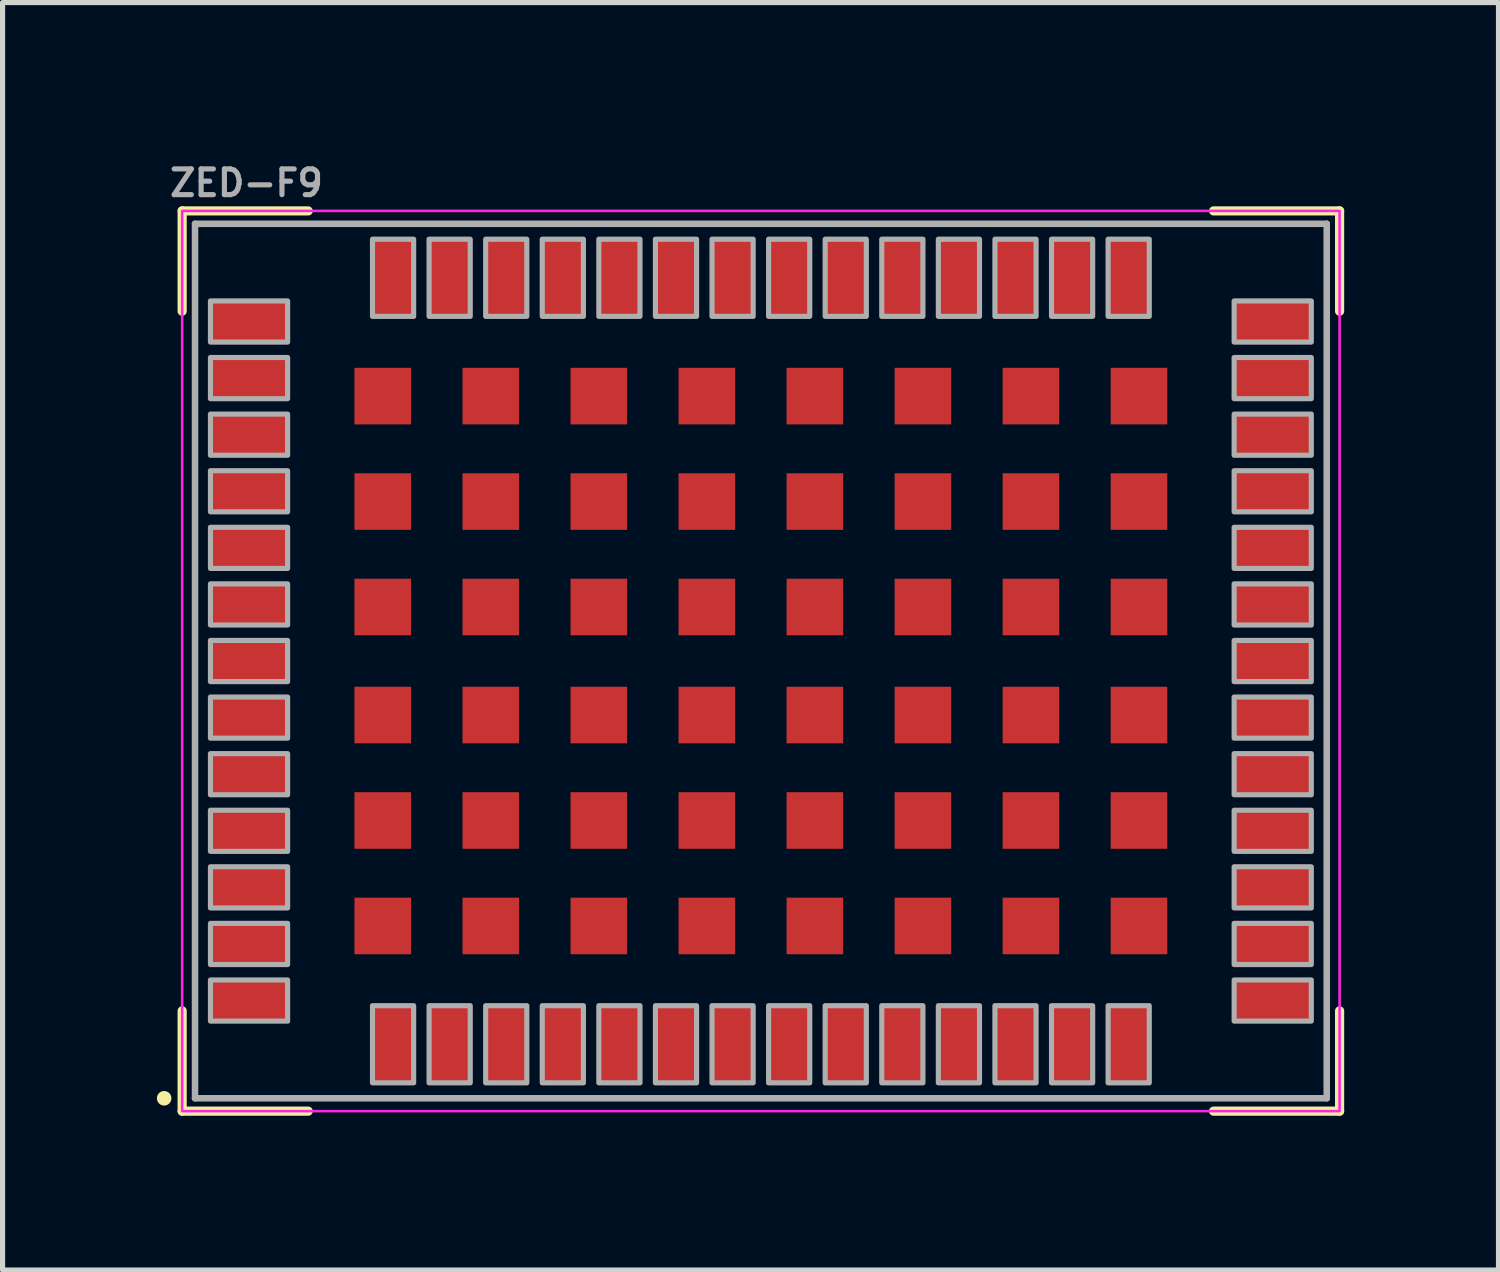
<source format=kicad_pcb>
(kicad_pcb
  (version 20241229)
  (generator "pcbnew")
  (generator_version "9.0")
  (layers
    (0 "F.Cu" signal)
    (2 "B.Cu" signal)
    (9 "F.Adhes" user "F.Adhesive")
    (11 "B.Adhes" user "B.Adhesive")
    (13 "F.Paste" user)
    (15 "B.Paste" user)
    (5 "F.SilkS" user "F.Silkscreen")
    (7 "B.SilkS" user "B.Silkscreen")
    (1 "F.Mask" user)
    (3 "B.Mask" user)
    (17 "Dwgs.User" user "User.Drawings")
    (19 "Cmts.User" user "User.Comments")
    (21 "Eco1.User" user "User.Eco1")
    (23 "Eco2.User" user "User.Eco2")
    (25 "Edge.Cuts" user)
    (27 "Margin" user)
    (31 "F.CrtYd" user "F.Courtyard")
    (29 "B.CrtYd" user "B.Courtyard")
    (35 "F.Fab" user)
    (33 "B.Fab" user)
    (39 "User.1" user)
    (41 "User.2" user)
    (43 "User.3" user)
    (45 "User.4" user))
  (footprint "ZED-F9"
    (layer "F.Cu")
    (at 11.741 9.8)
    (property "Reference" "ZED-F9" (at -10 -9 0) (layer "F.Fab") (effects (font (size 0.5 0.5) (thickness 0.1) (bold yes)) (justify bottom)))
    (attr smd)
    (fp_line (start -11.25 -8.75) (end -8.8 -8.75) (stroke (width 0.178) (type solid)) (layer "F.SilkS"))
    (fp_line (start -11.25 -6.8) (end -11.25 -8.75) (stroke (width 0.178) (type solid)) (layer "F.SilkS"))
    (fp_line (start -11.25 8.75) (end -11.25 6.8) (stroke (width 0.178) (type solid)) (layer "F.SilkS"))
    (fp_line (start -8.8 8.75) (end -11.25 8.75) (stroke (width 0.178) (type solid)) (layer "F.SilkS"))
    (fp_line (start 8.8 -8.75) (end 11.25 -8.75) (stroke (width 0.178) (type solid)) (layer "F.SilkS"))
    (fp_line (start 11.25 -8.75) (end 11.25 -6.8) (stroke (width 0.178) (type solid)) (layer "F.SilkS"))
    (fp_line (start 11.25 6.8) (end 11.25 8.75) (stroke (width 0.178) (type solid)) (layer "F.SilkS"))
    (fp_line (start 11.25 8.75) (end 8.8 8.75) (stroke (width 0.178) (type solid)) (layer "F.SilkS"))
    (fp_circle (center -11.6 8.5) (end -11.529 8.5) (stroke (width 0.141) (type solid)) (fill yes) (layer "F.SilkS"))
    (fp_poly (pts (xy -7.8 -4.7) (xy -6.9 -4.7) (xy -6.9 -5.6) (xy -7.8 -5.6)) (stroke (width 0) (type default)) (fill yes) (layer "F.Paste"))
    (fp_poly (pts (xy -7.8 -2.65) (xy -6.9 -2.65) (xy -6.9 -3.55) (xy -7.8 -3.55)) (stroke (width 0) (type default)) (fill yes) (layer "F.Paste"))
    (fp_poly (pts (xy -7.8 -0.6) (xy -6.9 -0.6) (xy -6.9 -1.5) (xy -7.8 -1.5)) (stroke (width 0) (type default)) (fill yes) (layer "F.Paste"))
    (fp_poly (pts (xy -7.8 1.5) (xy -6.9 1.5) (xy -6.9 0.6) (xy -7.8 0.6)) (stroke (width 0) (type default)) (fill yes) (layer "F.Paste"))
    (fp_poly (pts (xy -7.8 3.55) (xy -6.9 3.55) (xy -6.9 2.65) (xy -7.8 2.65)) (stroke (width 0) (type default)) (fill yes) (layer "F.Paste"))
    (fp_poly (pts (xy -7.8 5.6) (xy -6.9 5.6) (xy -6.9 4.7) (xy -7.8 4.7)) (stroke (width 0) (type default)) (fill yes) (layer "F.Paste"))
    (fp_poly (pts (xy -5.7 -4.7) (xy -4.8 -4.7) (xy -4.8 -5.6) (xy -5.7 -5.6)) (stroke (width 0) (type default)) (fill yes) (layer "F.Paste"))
    (fp_poly (pts (xy -5.7 -2.65) (xy -4.8 -2.65) (xy -4.8 -3.55) (xy -5.7 -3.55)) (stroke (width 0) (type default)) (fill yes) (layer "F.Paste"))
    (fp_poly (pts (xy -5.7 -0.6) (xy -4.8 -0.6) (xy -4.8 -1.5) (xy -5.7 -1.5)) (stroke (width 0) (type default)) (fill yes) (layer "F.Paste"))
    (fp_poly (pts (xy -5.7 1.5) (xy -4.8 1.5) (xy -4.8 0.6) (xy -5.7 0.6)) (stroke (width 0) (type default)) (fill yes) (layer "F.Paste"))
    (fp_poly (pts (xy -5.7 3.55) (xy -4.8 3.55) (xy -4.8 2.65) (xy -5.7 2.65)) (stroke (width 0) (type default)) (fill yes) (layer "F.Paste"))
    (fp_poly (pts (xy -5.7 5.6) (xy -4.8 5.6) (xy -4.8 4.7) (xy -5.7 4.7)) (stroke (width 0) (type default)) (fill yes) (layer "F.Paste"))
    (fp_poly (pts (xy -3.6 -4.7) (xy -2.7 -4.7) (xy -2.7 -5.6) (xy -3.6 -5.6)) (stroke (width 0) (type default)) (fill yes) (layer "F.Paste"))
    (fp_poly (pts (xy -3.6 -2.65) (xy -2.7 -2.65) (xy -2.7 -3.55) (xy -3.6 -3.55)) (stroke (width 0) (type default)) (fill yes) (layer "F.Paste"))
    (fp_poly (pts (xy -3.6 -0.6) (xy -2.7 -0.6) (xy -2.7 -1.5) (xy -3.6 -1.5)) (stroke (width 0) (type default)) (fill yes) (layer "F.Paste"))
    (fp_poly (pts (xy -3.6 1.5) (xy -2.7 1.5) (xy -2.7 0.6) (xy -3.6 0.6)) (stroke (width 0) (type default)) (fill yes) (layer "F.Paste"))
    (fp_poly (pts (xy -3.6 3.55) (xy -2.7 3.55) (xy -2.7 2.65) (xy -3.6 2.65)) (stroke (width 0) (type default)) (fill yes) (layer "F.Paste"))
    (fp_poly (pts (xy -3.6 5.6) (xy -2.7 5.6) (xy -2.7 4.7) (xy -3.6 4.7)) (stroke (width 0) (type default)) (fill yes) (layer "F.Paste"))
    (fp_poly (pts (xy -1.5 -4.7) (xy -0.6 -4.7) (xy -0.6 -5.6) (xy -1.5 -5.6)) (stroke (width 0) (type default)) (fill yes) (layer "F.Paste"))
    (fp_poly (pts (xy -1.5 -2.65) (xy -0.6 -2.65) (xy -0.6 -3.55) (xy -1.5 -3.55)) (stroke (width 0) (type default)) (fill yes) (layer "F.Paste"))
    (fp_poly (pts (xy -1.5 -0.6) (xy -0.6 -0.6) (xy -0.6 -1.5) (xy -1.5 -1.5)) (stroke (width 0) (type default)) (fill yes) (layer "F.Paste"))
    (fp_poly (pts (xy -1.5 1.5) (xy -0.6 1.5) (xy -0.6 0.6) (xy -1.5 0.6)) (stroke (width 0) (type default)) (fill yes) (layer "F.Paste"))
    (fp_poly (pts (xy -1.5 3.55) (xy -0.6 3.55) (xy -0.6 2.65) (xy -1.5 2.65)) (stroke (width 0) (type default)) (fill yes) (layer "F.Paste"))
    (fp_poly (pts (xy -1.5 5.6) (xy -0.6 5.6) (xy -0.6 4.7) (xy -1.5 4.7)) (stroke (width 0) (type default)) (fill yes) (layer "F.Paste"))
    (fp_poly (pts (xy 0.6 -4.7) (xy 1.5 -4.7) (xy 1.5 -5.6) (xy 0.6 -5.6)) (stroke (width 0) (type default)) (fill yes) (layer "F.Paste"))
    (fp_poly (pts (xy 0.6 -2.65) (xy 1.5 -2.65) (xy 1.5 -3.55) (xy 0.6 -3.55)) (stroke (width 0) (type default)) (fill yes) (layer "F.Paste"))
    (fp_poly (pts (xy 0.6 -0.6) (xy 1.5 -0.6) (xy 1.5 -1.5) (xy 0.6 -1.5)) (stroke (width 0) (type default)) (fill yes) (layer "F.Paste"))
    (fp_poly (pts (xy 0.6 1.5) (xy 1.5 1.5) (xy 1.5 0.6) (xy 0.6 0.6)) (stroke (width 0) (type default)) (fill yes) (layer "F.Paste"))
    (fp_poly (pts (xy 0.6 3.55) (xy 1.5 3.55) (xy 1.5 2.65) (xy 0.6 2.65)) (stroke (width 0) (type default)) (fill yes) (layer "F.Paste"))
    (fp_poly (pts (xy 0.6 5.6) (xy 1.5 5.6) (xy 1.5 4.7) (xy 0.6 4.7)) (stroke (width 0) (type default)) (fill yes) (layer "F.Paste"))
    (fp_poly (pts (xy 2.7 -4.7) (xy 3.6 -4.7) (xy 3.6 -5.6) (xy 2.7 -5.6)) (stroke (width 0) (type default)) (fill yes) (layer "F.Paste"))
    (fp_poly (pts (xy 2.7 -2.65) (xy 3.6 -2.65) (xy 3.6 -3.55) (xy 2.7 -3.55)) (stroke (width 0) (type default)) (fill yes) (layer "F.Paste"))
    (fp_poly (pts (xy 2.7 -0.6) (xy 3.6 -0.6) (xy 3.6 -1.5) (xy 2.7 -1.5)) (stroke (width 0) (type default)) (fill yes) (layer "F.Paste"))
    (fp_poly (pts (xy 2.7 1.5) (xy 3.6 1.5) (xy 3.6 0.6) (xy 2.7 0.6)) (stroke (width 0) (type default)) (fill yes) (layer "F.Paste"))
    (fp_poly (pts (xy 2.7 3.55) (xy 3.6 3.55) (xy 3.6 2.65) (xy 2.7 2.65)) (stroke (width 0) (type default)) (fill yes) (layer "F.Paste"))
    (fp_poly (pts (xy 2.7 5.6) (xy 3.6 5.6) (xy 3.6 4.7) (xy 2.7 4.7)) (stroke (width 0) (type default)) (fill yes) (layer "F.Paste"))
    (fp_poly (pts (xy 4.8 -4.7) (xy 5.7 -4.7) (xy 5.7 -5.6) (xy 4.8 -5.6)) (stroke (width 0) (type default)) (fill yes) (layer "F.Paste"))
    (fp_poly (pts (xy 4.8 -2.65) (xy 5.7 -2.65) (xy 5.7 -3.55) (xy 4.8 -3.55)) (stroke (width 0) (type default)) (fill yes) (layer "F.Paste"))
    (fp_poly (pts (xy 4.8 -0.6) (xy 5.7 -0.6) (xy 5.7 -1.5) (xy 4.8 -1.5)) (stroke (width 0) (type default)) (fill yes) (layer "F.Paste"))
    (fp_poly (pts (xy 4.8 1.5) (xy 5.7 1.5) (xy 5.7 0.6) (xy 4.8 0.6)) (stroke (width 0) (type default)) (fill yes) (layer "F.Paste"))
    (fp_poly (pts (xy 4.8 3.55) (xy 5.7 3.55) (xy 5.7 2.65) (xy 4.8 2.65)) (stroke (width 0) (type default)) (fill yes) (layer "F.Paste"))
    (fp_poly (pts (xy 4.8 5.6) (xy 5.7 5.6) (xy 5.7 4.7) (xy 4.8 4.7)) (stroke (width 0) (type default)) (fill yes) (layer "F.Paste"))
    (fp_poly (pts (xy 6.9 -4.7) (xy 7.8 -4.7) (xy 7.8 -5.6) (xy 6.9 -5.6)) (stroke (width 0) (type default)) (fill yes) (layer "F.Paste"))
    (fp_poly (pts (xy 6.9 -2.65) (xy 7.8 -2.65) (xy 7.8 -3.55) (xy 6.9 -3.55)) (stroke (width 0) (type default)) (fill yes) (layer "F.Paste"))
    (fp_poly (pts (xy 6.9 -0.6) (xy 7.8 -0.6) (xy 7.8 -1.5) (xy 6.9 -1.5)) (stroke (width 0) (type default)) (fill yes) (layer "F.Paste"))
    (fp_poly (pts (xy 6.9 1.5) (xy 7.8 1.5) (xy 7.8 0.6) (xy 6.9 0.6)) (stroke (width 0) (type default)) (fill yes) (layer "F.Paste"))
    (fp_poly (pts (xy 6.9 3.55) (xy 7.8 3.55) (xy 7.8 2.65) (xy 6.9 2.65)) (stroke (width 0) (type default)) (fill yes) (layer "F.Paste"))
    (fp_poly (pts (xy 6.9 5.6) (xy 7.8 5.6) (xy 7.8 4.7) (xy 6.9 4.7)) (stroke (width 0) (type default)) (fill yes) (layer "F.Paste"))
    (fp_rect (start -11.25 -8.75) (end 11.25 8.75) (stroke (width 0.05) (type default)) (fill no) (layer "F.CrtYd"))
    (fp_line (start -11 -8.5) (end 11 -8.5) (stroke (width 0.127) (type solid)) (layer "F.Fab"))
    (fp_line (start -11 8.5) (end -11 -8.5) (stroke (width 0.127) (type solid)) (layer "F.Fab"))
    (fp_line (start 11 -8.5) (end 11 8.5) (stroke (width 0.127) (type solid)) (layer "F.Fab"))
    (fp_line (start 11 8.5) (end -11 8.5) (stroke (width 0.127) (type solid)) (layer "F.Fab"))
    (fp_poly (pts (xy -10.7 -6.2) (xy -9.2 -6.2) (xy -9.2 -7) (xy -10.7 -7)) (stroke (width 0.1) (type default)) (fill no) (layer "F.Fab"))
    (fp_poly (pts (xy -10.7 -5.1) (xy -9.2 -5.1) (xy -9.2 -5.9) (xy -10.7 -5.9)) (stroke (width 0.1) (type default)) (fill no) (layer "F.Fab"))
    (fp_poly (pts (xy -10.7 -4) (xy -9.2 -4) (xy -9.2 -4.8) (xy -10.7 -4.8)) (stroke (width 0.1) (type default)) (fill no) (layer "F.Fab"))
    (fp_poly (pts (xy -10.7 -2.9) (xy -9.2 -2.9) (xy -9.2 -3.7) (xy -10.7 -3.7)) (stroke (width 0.1) (type default)) (fill no) (layer "F.Fab"))
    (fp_poly (pts (xy -10.7 -1.8) (xy -9.2 -1.8) (xy -9.2 -2.6) (xy -10.7 -2.6)) (stroke (width 0.1) (type default)) (fill no) (layer "F.Fab"))
    (fp_poly (pts (xy -10.7 -0.7) (xy -9.2 -0.7) (xy -9.2 -1.5) (xy -10.7 -1.5)) (stroke (width 0.1) (type default)) (fill no) (layer "F.Fab"))
    (fp_poly (pts (xy -10.7 0.4) (xy -9.2 0.4) (xy -9.2 -0.4) (xy -10.7 -0.4)) (stroke (width 0.1) (type default)) (fill no) (layer "F.Fab"))
    (fp_poly (pts (xy -10.7 1.5) (xy -9.2 1.5) (xy -9.2 0.7) (xy -10.7 0.7)) (stroke (width 0.1) (type default)) (fill no) (layer "F.Fab"))
    (fp_poly (pts (xy -10.7 2.6) (xy -9.2 2.6) (xy -9.2 1.8) (xy -10.7 1.8)) (stroke (width 0.1) (type default)) (fill no) (layer "F.Fab"))
    (fp_poly (pts (xy -10.7 3.7) (xy -9.2 3.7) (xy -9.2 2.9) (xy -10.7 2.9)) (stroke (width 0.1) (type default)) (fill no) (layer "F.Fab"))
    (fp_poly (pts (xy -10.7 4.8) (xy -9.2 4.8) (xy -9.2 4) (xy -10.7 4)) (stroke (width 0.1) (type default)) (fill no) (layer "F.Fab"))
    (fp_poly (pts (xy -10.7 5.9) (xy -9.2 5.9) (xy -9.2 5.1) (xy -10.7 5.1)) (stroke (width 0.1) (type default)) (fill no) (layer "F.Fab"))
    (fp_poly (pts (xy -10.7 7) (xy -9.2 7) (xy -9.2 6.2) (xy -10.7 6.2)) (stroke (width 0.1) (type default)) (fill no) (layer "F.Fab"))
    (fp_poly (pts (xy -7.55 -6.7) (xy -6.75 -6.7) (xy -6.75 -8.2) (xy -7.55 -8.2)) (stroke (width 0.1) (type default)) (fill no) (layer "F.Fab"))
    (fp_poly (pts (xy -7.55 8.2) (xy -6.75 8.2) (xy -6.75 6.7) (xy -7.55 6.7)) (stroke (width 0.1) (type default)) (fill no) (layer "F.Fab"))
    (fp_poly (pts (xy -6.45 -6.7) (xy -5.65 -6.7) (xy -5.65 -8.2) (xy -6.45 -8.2)) (stroke (width 0.1) (type default)) (fill no) (layer "F.Fab"))
    (fp_poly (pts (xy -6.45 8.2) (xy -5.65 8.2) (xy -5.65 6.7) (xy -6.45 6.7)) (stroke (width 0.1) (type default)) (fill no) (layer "F.Fab"))
    (fp_poly (pts (xy -5.35 -6.7) (xy -4.55 -6.7) (xy -4.55 -8.2) (xy -5.35 -8.2)) (stroke (width 0.1) (type default)) (fill no) (layer "F.Fab"))
    (fp_poly (pts (xy -5.35 8.2) (xy -4.55 8.2) (xy -4.55 6.7) (xy -5.35 6.7)) (stroke (width 0.1) (type default)) (fill no) (layer "F.Fab"))
    (fp_poly (pts (xy -4.25 -6.7) (xy -3.45 -6.7) (xy -3.45 -8.2) (xy -4.25 -8.2)) (stroke (width 0.1) (type default)) (fill no) (layer "F.Fab"))
    (fp_poly (pts (xy -4.25 8.2) (xy -3.45 8.2) (xy -3.45 6.7) (xy -4.25 6.7)) (stroke (width 0.1) (type default)) (fill no) (layer "F.Fab"))
    (fp_poly (pts (xy -3.15 -6.7) (xy -2.35 -6.7) (xy -2.35 -8.2) (xy -3.15 -8.2)) (stroke (width 0.1) (type default)) (fill no) (layer "F.Fab"))
    (fp_poly (pts (xy -3.15 8.2) (xy -2.35 8.2) (xy -2.35 6.7) (xy -3.15 6.7)) (stroke (width 0.1) (type default)) (fill no) (layer "F.Fab"))
    (fp_poly (pts (xy -2.05 -6.7) (xy -1.25 -6.7) (xy -1.25 -8.2) (xy -2.05 -8.2)) (stroke (width 0.1) (type default)) (fill no) (layer "F.Fab"))
    (fp_poly (pts (xy -2.05 8.2) (xy -1.25 8.2) (xy -1.25 6.7) (xy -2.05 6.7)) (stroke (width 0.1) (type default)) (fill no) (layer "F.Fab"))
    (fp_poly (pts (xy -0.95 -6.7) (xy -0.15 -6.7) (xy -0.15 -8.2) (xy -0.95 -8.2)) (stroke (width 0.1) (type default)) (fill no) (layer "F.Fab"))
    (fp_poly (pts (xy -0.95 8.2) (xy -0.15 8.2) (xy -0.15 6.7) (xy -0.95 6.7)) (stroke (width 0.1) (type default)) (fill no) (layer "F.Fab"))
    (fp_poly (pts (xy 0.15 -6.7) (xy 0.95 -6.7) (xy 0.95 -8.2) (xy 0.15 -8.2)) (stroke (width 0.1) (type default)) (fill no) (layer "F.Fab"))
    (fp_poly (pts (xy 0.15 8.2) (xy 0.95 8.2) (xy 0.95 6.7) (xy 0.15 6.7)) (stroke (width 0.1) (type default)) (fill no) (layer "F.Fab"))
    (fp_poly (pts (xy 1.25 -6.7) (xy 2.05 -6.7) (xy 2.05 -8.2) (xy 1.25 -8.2)) (stroke (width 0.1) (type default)) (fill no) (layer "F.Fab"))
    (fp_poly (pts (xy 1.25 8.2) (xy 2.05 8.2) (xy 2.05 6.7) (xy 1.25 6.7)) (stroke (width 0.1) (type default)) (fill no) (layer "F.Fab"))
    (fp_poly (pts (xy 2.35 -6.7) (xy 3.15 -6.7) (xy 3.15 -8.2) (xy 2.35 -8.2)) (stroke (width 0.1) (type default)) (fill no) (layer "F.Fab"))
    (fp_poly (pts (xy 2.35 8.2) (xy 3.15 8.2) (xy 3.15 6.7) (xy 2.35 6.7)) (stroke (width 0.1) (type default)) (fill no) (layer "F.Fab"))
    (fp_poly (pts (xy 3.45 -6.7) (xy 4.25 -6.7) (xy 4.25 -8.2) (xy 3.45 -8.2)) (stroke (width 0.1) (type default)) (fill no) (layer "F.Fab"))
    (fp_poly (pts (xy 3.45 8.2) (xy 4.25 8.2) (xy 4.25 6.7) (xy 3.45 6.7)) (stroke (width 0.1) (type default)) (fill no) (layer "F.Fab"))
    (fp_poly (pts (xy 4.55 -6.7) (xy 5.35 -6.7) (xy 5.35 -8.2) (xy 4.55 -8.2)) (stroke (width 0.1) (type default)) (fill no) (layer "F.Fab"))
    (fp_poly (pts (xy 4.55 8.2) (xy 5.35 8.2) (xy 5.35 6.7) (xy 4.55 6.7)) (stroke (width 0.1) (type default)) (fill no) (layer "F.Fab"))
    (fp_poly (pts (xy 5.65 -6.7) (xy 6.45 -6.7) (xy 6.45 -8.2) (xy 5.65 -8.2)) (stroke (width 0.1) (type default)) (fill no) (layer "F.Fab"))
    (fp_poly (pts (xy 5.65 8.2) (xy 6.45 8.2) (xy 6.45 6.7) (xy 5.65 6.7)) (stroke (width 0.1) (type default)) (fill no) (layer "F.Fab"))
    (fp_poly (pts (xy 6.75 -6.7) (xy 7.55 -6.7) (xy 7.55 -8.2) (xy 6.75 -8.2)) (stroke (width 0.1) (type default)) (fill no) (layer "F.Fab"))
    (fp_poly (pts (xy 6.75 8.2) (xy 7.55 8.2) (xy 7.55 6.7) (xy 6.75 6.7)) (stroke (width 0.1) (type default)) (fill no) (layer "F.Fab"))
    (fp_poly (pts (xy 9.2 -6.2) (xy 10.7 -6.2) (xy 10.7 -7) (xy 9.2 -7)) (stroke (width 0.1) (type default)) (fill no) (layer "F.Fab"))
    (fp_poly (pts (xy 9.2 -5.1) (xy 10.7 -5.1) (xy 10.7 -5.9) (xy 9.2 -5.9)) (stroke (width 0.1) (type default)) (fill no) (layer "F.Fab"))
    (fp_poly (pts (xy 9.2 -4) (xy 10.7 -4) (xy 10.7 -4.8) (xy 9.2 -4.8)) (stroke (width 0.1) (type default)) (fill no) (layer "F.Fab"))
    (fp_poly (pts (xy 9.2 -2.9) (xy 10.7 -2.9) (xy 10.7 -3.7) (xy 9.2 -3.7)) (stroke (width 0.1) (type default)) (fill no) (layer "F.Fab"))
    (fp_poly (pts (xy 9.2 -1.8) (xy 10.7 -1.8) (xy 10.7 -2.6) (xy 9.2 -2.6)) (stroke (width 0.1) (type default)) (fill no) (layer "F.Fab"))
    (fp_poly (pts (xy 9.2 -0.7) (xy 10.7 -0.7) (xy 10.7 -1.5) (xy 9.2 -1.5)) (stroke (width 0.1) (type default)) (fill no) (layer "F.Fab"))
    (fp_poly (pts (xy 9.2 0.4) (xy 10.7 0.4) (xy 10.7 -0.4) (xy 9.2 -0.4)) (stroke (width 0.1) (type default)) (fill no) (layer "F.Fab"))
    (fp_poly (pts (xy 9.2 1.5) (xy 10.7 1.5) (xy 10.7 0.7) (xy 9.2 0.7)) (stroke (width 0.1) (type default)) (fill no) (layer "F.Fab"))
    (fp_poly (pts (xy 9.2 2.6) (xy 10.7 2.6) (xy 10.7 1.8) (xy 9.2 1.8)) (stroke (width 0.1) (type default)) (fill no) (layer "F.Fab"))
    (fp_poly (pts (xy 9.2 3.7) (xy 10.7 3.7) (xy 10.7 2.9) (xy 9.2 2.9)) (stroke (width 0.1) (type default)) (fill no) (layer "F.Fab"))
    (fp_poly (pts (xy 9.2 4.8) (xy 10.7 4.8) (xy 10.7 4) (xy 9.2 4)) (stroke (width 0.1) (type default)) (fill no) (layer "F.Fab"))
    (fp_poly (pts (xy 9.2 5.9) (xy 10.7 5.9) (xy 10.7 5.1) (xy 9.2 5.1)) (stroke (width 0.1) (type default)) (fill no) (layer "F.Fab"))
    (fp_poly (pts (xy 9.2 7) (xy 10.7 7) (xy 10.7 6.2) (xy 9.2 6.2)) (stroke (width 0.1) (type default)) (fill no) (layer "F.Fab"))
    (pad "1" smd rect (at -7.15 7.45 90) (size 1.52 0.85) (layers "F.Cu" "F.Mask" "F.Paste"))
    (pad "2" smd rect (at -6.05 7.45 90) (size 1.52 0.85) (layers "F.Cu" "F.Mask" "F.Paste"))
    (pad "3" smd rect (at -4.95 7.45 90) (size 1.52 0.85) (layers "F.Cu" "F.Mask" "F.Paste"))
    (pad "4" smd rect (at -3.85 7.45 90) (size 1.52 0.85) (layers "F.Cu" "F.Mask" "F.Paste"))
    (pad "5" smd rect (at -2.75 7.45 90) (size 1.52 0.85) (layers "F.Cu" "F.Mask" "F.Paste"))
    (pad "6" smd rect (at -1.65 7.45 90) (size 1.52 0.85) (layers "F.Cu" "F.Mask" "F.Paste"))
    (pad "7" smd rect (at -0.55 7.45 90) (size 1.52 0.85) (layers "F.Cu" "F.Mask" "F.Paste"))
    (pad "8" smd rect (at 0.55 7.45 90) (size 1.52 0.85) (layers "F.Cu" "F.Mask" "F.Paste"))
    (pad "9" smd rect (at 1.65 7.45 90) (size 1.52 0.85) (layers "F.Cu" "F.Mask" "F.Paste"))
    (pad "10" smd rect (at 2.75 7.45 90) (size 1.52 0.85) (layers "F.Cu" "F.Mask" "F.Paste"))
    (pad "11" smd rect (at 3.85 7.45 90) (size 1.52 0.85) (layers "F.Cu" "F.Mask" "F.Paste"))
    (pad "12" smd rect (at 4.95 7.45 90) (size 1.52 0.85) (layers "F.Cu" "F.Mask" "F.Paste"))
    (pad "13" smd rect (at 6.05 7.45 90) (size 1.52 0.85) (layers "F.Cu" "F.Mask" "F.Paste"))
    (pad "14" smd rect (at 7.15 7.45 90) (size 1.52 0.85) (layers "F.Cu" "F.Mask" "F.Paste"))
    (pad "15" smd rect (at 9.95 6.6) (size 1.52 0.85) (layers "F.Cu" "F.Mask" "F.Paste"))
    (pad "16" smd rect (at 9.95 5.5) (size 1.52 0.85) (layers "F.Cu" "F.Mask" "F.Paste"))
    (pad "17" smd rect (at 9.95 4.4) (size 1.52 0.85) (layers "F.Cu" "F.Mask" "F.Paste"))
    (pad "18" smd rect (at 9.95 3.3) (size 1.52 0.85) (layers "F.Cu" "F.Mask" "F.Paste"))
    (pad "19" smd rect (at 9.95 2.2) (size 1.52 0.85) (layers "F.Cu" "F.Mask" "F.Paste"))
    (pad "20" smd rect (at 9.95 1.1) (size 1.52 0.85) (layers "F.Cu" "F.Mask" "F.Paste"))
    (pad "21" smd rect (at 9.95 0) (size 1.52 0.85) (layers "F.Cu" "F.Mask" "F.Paste"))
    (pad "22" smd rect (at 9.95 -1.1) (size 1.52 0.85) (layers "F.Cu" "F.Mask" "F.Paste"))
    (pad "23" smd rect (at 9.95 -2.2) (size 1.52 0.85) (layers "F.Cu" "F.Mask" "F.Paste"))
    (pad "24" smd rect (at 9.95 -3.3) (size 1.52 0.85) (layers "F.Cu" "F.Mask" "F.Paste"))
    (pad "25" smd rect (at 9.95 -4.4) (size 1.52 0.85) (layers "F.Cu" "F.Mask" "F.Paste"))
    (pad "26" smd rect (at 9.95 -5.5) (size 1.52 0.85) (layers "F.Cu" "F.Mask" "F.Paste"))
    (pad "27" smd rect (at 9.95 -6.6) (size 1.52 0.85) (layers "F.Cu" "F.Mask" "F.Paste"))
    (pad "28" smd rect (at 7.15 -7.45 270) (size 1.52 0.85) (layers "F.Cu" "F.Mask" "F.Paste"))
    (pad "29" smd rect (at 6.05 -7.45 270) (size 1.52 0.85) (layers "F.Cu" "F.Mask" "F.Paste"))
    (pad "30" smd rect (at 4.95 -7.45 270) (size 1.52 0.85) (layers "F.Cu" "F.Mask" "F.Paste"))
    (pad "31" smd rect (at 3.85 -7.45 270) (size 1.52 0.85) (layers "F.Cu" "F.Mask" "F.Paste"))
    (pad "32" smd rect (at 2.75 -7.45 270) (size 1.52 0.85) (layers "F.Cu" "F.Mask" "F.Paste"))
    (pad "33" smd rect (at 1.65 -7.45 270) (size 1.52 0.85) (layers "F.Cu" "F.Mask" "F.Paste"))
    (pad "34" smd rect (at 0.55 -7.45 270) (size 1.52 0.85) (layers "F.Cu" "F.Mask" "F.Paste"))
    (pad "35" smd rect (at -0.55 -7.45 270) (size 1.52 0.85) (layers "F.Cu" "F.Mask" "F.Paste"))
    (pad "36" smd rect (at -1.65 -7.45 270) (size 1.52 0.85) (layers "F.Cu" "F.Mask" "F.Paste"))
    (pad "37" smd rect (at -2.75 -7.45 270) (size 1.52 0.85) (layers "F.Cu" "F.Mask" "F.Paste"))
    (pad "38" smd rect (at -3.85 -7.45 270) (size 1.52 0.85) (layers "F.Cu" "F.Mask" "F.Paste"))
    (pad "39" smd rect (at -4.95 -7.45 270) (size 1.52 0.85) (layers "F.Cu" "F.Mask" "F.Paste"))
    (pad "40" smd rect (at -6.05 -7.45 270) (size 1.52 0.85) (layers "F.Cu" "F.Mask" "F.Paste"))
    (pad "41" smd rect (at -7.15 -7.45 270) (size 1.52 0.85) (layers "F.Cu" "F.Mask" "F.Paste"))
    (pad "42" smd rect (at -9.95 -6.6 180) (size 1.52 0.85) (layers "F.Cu" "F.Mask" "F.Paste"))
    (pad "43" smd rect (at -9.95 -5.5 180) (size 1.52 0.85) (layers "F.Cu" "F.Mask" "F.Paste"))
    (pad "44" smd rect (at -9.95 -4.4 180) (size 1.52 0.85) (layers "F.Cu" "F.Mask" "F.Paste"))
    (pad "45" smd rect (at -9.95 -3.3 180) (size 1.52 0.85) (layers "F.Cu" "F.Mask" "F.Paste"))
    (pad "46" smd rect (at -9.95 -2.2 180) (size 1.52 0.85) (layers "F.Cu" "F.Mask" "F.Paste"))
    (pad "47" smd rect (at -9.95 -1.1 180) (size 1.52 0.85) (layers "F.Cu" "F.Mask" "F.Paste"))
    (pad "48" smd rect (at -9.95 0 180) (size 1.52 0.85) (layers "F.Cu" "F.Mask" "F.Paste"))
    (pad "49" smd rect (at -9.95 1.1 180) (size 1.52 0.85) (layers "F.Cu" "F.Mask" "F.Paste"))
    (pad "50" smd rect (at -9.95 2.2 180) (size 1.52 0.85) (layers "F.Cu" "F.Mask" "F.Paste"))
    (pad "51" smd rect (at -9.95 3.3 180) (size 1.52 0.85) (layers "F.Cu" "F.Mask" "F.Paste"))
    (pad "52" smd rect (at -9.95 4.4 180) (size 1.52 0.85) (layers "F.Cu" "F.Mask" "F.Paste"))
    (pad "53" smd rect (at -9.95 5.5 180) (size 1.52 0.85) (layers "F.Cu" "F.Mask" "F.Paste"))
    (pad "54" smd rect (at -9.95 6.6 180) (size 1.52 0.85) (layers "F.Cu" "F.Mask" "F.Paste"))
    (pad "55" smd rect (at -1.05 1.05) (size 1.1 1.1) (layers "F.Cu" "F.Mask"))
    (pad "56" smd rect (at -3.15 1.05) (size 1.1 1.1) (layers "F.Cu" "F.Mask"))
    (pad "57" smd rect (at -5.25 1.05) (size 1.1 1.1) (layers "F.Cu" "F.Mask"))
    (pad "58" smd rect (at -7.35 1.05) (size 1.1 1.1) (layers "F.Cu" "F.Mask"))
    (pad "59" smd rect (at -1.05 3.1) (size 1.1 1.1) (layers "F.Cu" "F.Mask"))
    (pad "60" smd rect (at -3.15 3.1) (size 1.1 1.1) (layers "F.Cu" "F.Mask"))
    (pad "61" smd rect (at -5.25 3.1) (size 1.1 1.1) (layers "F.Cu" "F.Mask"))
    (pad "62" smd rect (at -7.35 3.1) (size 1.1 1.1) (layers "F.Cu" "F.Mask"))
    (pad "63" smd rect (at -1.05 5.15) (size 1.1 1.1) (layers "F.Cu" "F.Mask"))
    (pad "64" smd rect (at -3.15 5.15) (size 1.1 1.1) (layers "F.Cu" "F.Mask"))
    (pad "65" smd rect (at -5.25 5.15) (size 1.1 1.1) (layers "F.Cu" "F.Mask"))
    (pad "66" smd rect (at -7.35 5.15) (size 1.1 1.1) (layers "F.Cu" "F.Mask"))
    (pad "67" smd rect (at -1.05 -5.15) (size 1.1 1.1) (layers "F.Cu" "F.Mask"))
    (pad "68" smd rect (at -3.15 -5.15) (size 1.1 1.1) (layers "F.Cu" "F.Mask"))
    (pad "69" smd rect (at -5.25 -5.15) (size 1.1 1.1) (layers "F.Cu" "F.Mask"))
    (pad "70" smd rect (at -7.35 -5.15) (size 1.1 1.1) (layers "F.Cu" "F.Mask"))
    (pad "71" smd rect (at -1.05 -3.1) (size 1.1 1.1) (layers "F.Cu" "F.Mask"))
    (pad "72" smd rect (at -3.15 -3.1) (size 1.1 1.1) (layers "F.Cu" "F.Mask"))
    (pad "73" smd rect (at -5.25 -3.1) (size 1.1 1.1) (layers "F.Cu" "F.Mask"))
    (pad "74" smd rect (at -7.35 -3.1) (size 1.1 1.1) (layers "F.Cu" "F.Mask"))
    (pad "75" smd rect (at -1.05 -1.05) (size 1.1 1.1) (layers "F.Cu" "F.Mask"))
    (pad "76" smd rect (at -3.15 -1.05) (size 1.1 1.1) (layers "F.Cu" "F.Mask"))
    (pad "77" smd rect (at -5.25 -1.05) (size 1.1 1.1) (layers "F.Cu" "F.Mask"))
    (pad "78" smd rect (at -7.35 -1.05) (size 1.1 1.1) (layers "F.Cu" "F.Mask"))
    (pad "79" smd rect (at 1.05 -1.05 180) (size 1.1 1.1) (layers "F.Cu" "F.Mask"))
    (pad "80" smd rect (at 3.15 -1.05 180) (size 1.1 1.1) (layers "F.Cu" "F.Mask"))
    (pad "81" smd rect (at 5.25 -1.05 180) (size 1.1 1.1) (layers "F.Cu" "F.Mask"))
    (pad "82" smd rect (at 7.35 -1.05 180) (size 1.1 1.1) (layers "F.Cu" "F.Mask"))
    (pad "83" smd rect (at 1.05 -3.1 180) (size 1.1 1.1) (layers "F.Cu" "F.Mask"))
    (pad "84" smd rect (at 3.15 -3.1 180) (size 1.1 1.1) (layers "F.Cu" "F.Mask"))
    (pad "85" smd rect (at 5.25 -3.1 180) (size 1.1 1.1) (layers "F.Cu" "F.Mask"))
    (pad "86" smd rect (at 7.35 -3.1 180) (size 1.1 1.1) (layers "F.Cu" "F.Mask"))
    (pad "87" smd rect (at 1.05 -5.15 180) (size 1.1 1.1) (layers "F.Cu" "F.Mask"))
    (pad "88" smd rect (at 3.15 -5.15 180) (size 1.1 1.1) (layers "F.Cu" "F.Mask"))
    (pad "89" smd rect (at 5.25 -5.15 180) (size 1.1 1.1) (layers "F.Cu" "F.Mask"))
    (pad "90" smd rect (at 7.35 -5.15 180) (size 1.1 1.1) (layers "F.Cu" "F.Mask"))
    (pad "91" smd rect (at 1.05 5.15 180) (size 1.1 1.1) (layers "F.Cu" "F.Mask"))
    (pad "92" smd rect (at 3.15 5.15 180) (size 1.1 1.1) (layers "F.Cu" "F.Mask"))
    (pad "93" smd rect (at 5.25 5.15 180) (size 1.1 1.1) (layers "F.Cu" "F.Mask"))
    (pad "94" smd rect (at 7.35 5.15 180) (size 1.1 1.1) (layers "F.Cu" "F.Mask"))
    (pad "95" smd rect (at 1.05 3.1 180) (size 1.1 1.1) (layers "F.Cu" "F.Mask"))
    (pad "96" smd rect (at 3.15 3.1 180) (size 1.1 1.1) (layers "F.Cu" "F.Mask"))
    (pad "97" smd rect (at 5.25 3.1 180) (size 1.1 1.1) (layers "F.Cu" "F.Mask"))
    (pad "98" smd rect (at 7.35 3.1 180) (size 1.1 1.1) (layers "F.Cu" "F.Mask"))
    (pad "99" smd rect (at 1.05 1.05 180) (size 1.1 1.1) (layers "F.Cu" "F.Mask"))
    (pad "100" smd rect (at 3.15 1.05 180) (size 1.1 1.1) (layers "F.Cu" "F.Mask"))
    (pad "101" smd rect (at 5.25 1.05 180) (size 1.1 1.1) (layers "F.Cu" "F.Mask"))
    (pad "102" smd rect (at 7.35 1.05 180) (size 1.1 1.1) (layers "F.Cu" "F.Mask")))
  (gr_rect
    (start -3 -3)
    (end 26.08 21.639)
    (stroke (width 0.1) (type default))
    (fill no)
    (layer "Edge.Cuts")))
</source>
